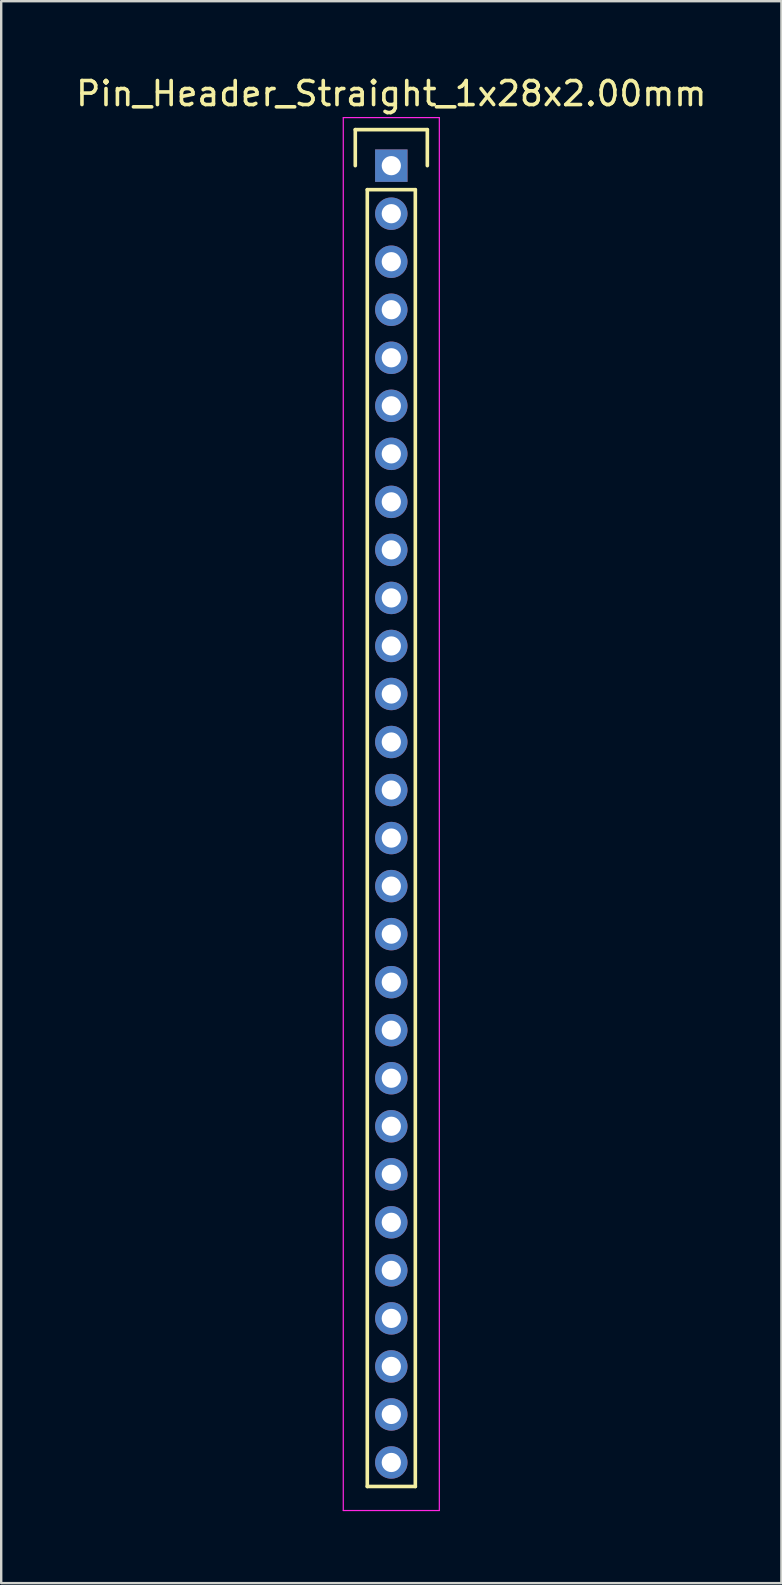
<source format=kicad_pcb>
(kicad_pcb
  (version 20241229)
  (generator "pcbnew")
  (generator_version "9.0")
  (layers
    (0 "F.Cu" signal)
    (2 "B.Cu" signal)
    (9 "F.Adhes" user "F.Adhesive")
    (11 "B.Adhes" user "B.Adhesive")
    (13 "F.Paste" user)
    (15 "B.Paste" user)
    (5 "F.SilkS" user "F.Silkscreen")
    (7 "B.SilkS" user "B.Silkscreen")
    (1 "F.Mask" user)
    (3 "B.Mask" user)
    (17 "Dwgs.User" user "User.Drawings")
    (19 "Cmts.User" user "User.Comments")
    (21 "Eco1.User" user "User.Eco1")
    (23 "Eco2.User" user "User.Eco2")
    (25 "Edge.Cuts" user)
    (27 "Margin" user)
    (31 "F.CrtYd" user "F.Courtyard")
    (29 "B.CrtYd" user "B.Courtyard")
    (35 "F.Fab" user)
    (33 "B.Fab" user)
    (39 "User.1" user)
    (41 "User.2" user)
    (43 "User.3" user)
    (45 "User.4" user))
  (footprint "Pin_Header_Straight_1x28x2.00mm"
    (layer "F.Cu")
    (at 13.244 3.848)
    (property "Reference" "Pin_Header_Straight_1x28x2.00mm" (at 0 -3 0) (layer "F.SilkS") (effects (font (size 1 1) (thickness 0.15))))
    (attr through_hole)
    (fp_line (start -1.5 -1.5) (end 1.5 -1.5) (stroke (width 0.15) (type solid)) (layer "F.SilkS"))
    (fp_line (start -1.5 0) (end -1.5 -1.5) (stroke (width 0.15) (type solid)) (layer "F.SilkS"))
    (fp_line (start -1 1) (end 1 1) (stroke (width 0.15) (type solid)) (layer "F.SilkS"))
    (fp_line (start -1 55) (end -1 1) (stroke (width 0.15) (type solid)) (layer "F.SilkS"))
    (fp_line (start 1 1) (end 1 55) (stroke (width 0.15) (type solid)) (layer "F.SilkS"))
    (fp_line (start 1 55) (end -1 55) (stroke (width 0.15) (type solid)) (layer "F.SilkS"))
    (fp_line (start 1.5 -1.5) (end 1.5 0) (stroke (width 0.15) (type solid)) (layer "F.SilkS"))
    (fp_line (start -2 -2) (end 2 -2) (stroke (width 0.05) (type solid)) (layer "F.CrtYd"))
    (fp_line (start -2 56) (end -2 -2) (stroke (width 0.05) (type solid)) (layer "F.CrtYd"))
    (fp_line (start 2 -2) (end 2 56) (stroke (width 0.05) (type solid)) (layer "F.CrtYd"))
    (fp_line (start 2 56) (end -2 56) (stroke (width 0.05) (type solid)) (layer "F.CrtYd"))
    (pad "1" thru_hole rect (at 0 0) (size 1.35 1.35) (drill 0.8) (layers "*.Cu" "*.Mask"))
    (pad "2" thru_hole circle (at 0 2) (size 1.35 1.35) (drill 0.8) (layers "*.Cu" "*.Mask"))
    (pad "3" thru_hole circle (at 0 4) (size 1.35 1.35) (drill 0.8) (layers "*.Cu" "*.Mask"))
    (pad "4" thru_hole circle (at 0 6) (size 1.35 1.35) (drill 0.8) (layers "*.Cu" "*.Mask"))
    (pad "5" thru_hole circle (at 0 8) (size 1.35 1.35) (drill 0.8) (layers "*.Cu" "*.Mask"))
    (pad "6" thru_hole circle (at 0 10) (size 1.35 1.35) (drill 0.8) (layers "*.Cu" "*.Mask"))
    (pad "7" thru_hole circle (at 0 12) (size 1.35 1.35) (drill 0.8) (layers "*.Cu" "*.Mask"))
    (pad "8" thru_hole circle (at 0 14) (size 1.35 1.35) (drill 0.8) (layers "*.Cu" "*.Mask"))
    (pad "9" thru_hole circle (at 0 16) (size 1.35 1.35) (drill 0.8) (layers "*.Cu" "*.Mask"))
    (pad "10" thru_hole circle (at 0 18) (size 1.35 1.35) (drill 0.8) (layers "*.Cu" "*.Mask"))
    (pad "11" thru_hole circle (at 0 20) (size 1.35 1.35) (drill 0.8) (layers "*.Cu" "*.Mask"))
    (pad "12" thru_hole circle (at 0 22) (size 1.35 1.35) (drill 0.8) (layers "*.Cu" "*.Mask"))
    (pad "13" thru_hole circle (at 0 24) (size 1.35 1.35) (drill 0.8) (layers "*.Cu" "*.Mask"))
    (pad "14" thru_hole circle (at 0 26) (size 1.35 1.35) (drill 0.8) (layers "*.Cu" "*.Mask"))
    (pad "15" thru_hole circle (at 0 28) (size 1.35 1.35) (drill 0.8) (layers "*.Cu" "*.Mask"))
    (pad "16" thru_hole circle (at 0 30) (size 1.35 1.35) (drill 0.8) (layers "*.Cu" "*.Mask"))
    (pad "17" thru_hole circle (at 0 32) (size 1.35 1.35) (drill 0.8) (layers "*.Cu" "*.Mask"))
    (pad "18" thru_hole circle (at 0 34) (size 1.35 1.35) (drill 0.8) (layers "*.Cu" "*.Mask"))
    (pad "19" thru_hole circle (at 0 36) (size 1.35 1.35) (drill 0.8) (layers "*.Cu" "*.Mask"))
    (pad "20" thru_hole circle (at 0 38) (size 1.35 1.35) (drill 0.8) (layers "*.Cu" "*.Mask"))
    (pad "21" thru_hole circle (at 0 40) (size 1.35 1.35) (drill 0.8) (layers "*.Cu" "*.Mask"))
    (pad "22" thru_hole circle (at 0 42) (size 1.35 1.35) (drill 0.8) (layers "*.Cu" "*.Mask"))
    (pad "23" thru_hole circle (at 0 44) (size 1.35 1.35) (drill 0.8) (layers "*.Cu" "*.Mask"))
    (pad "24" thru_hole circle (at 0 46) (size 1.35 1.35) (drill 0.8) (layers "*.Cu" "*.Mask"))
    (pad "25" thru_hole circle (at 0 48) (size 1.35 1.35) (drill 0.8) (layers "*.Cu" "*.Mask"))
    (pad "26" thru_hole circle (at 0 50) (size 1.35 1.35) (drill 0.8) (layers "*.Cu" "*.Mask"))
    (pad "27" thru_hole circle (at 0 52) (size 1.35 1.35) (drill 0.8) (layers "*.Cu" "*.Mask"))
    (pad "28" thru_hole circle (at 0 54) (size 1.35 1.35) (drill 0.8) (layers "*.Cu" "*.Mask")))
  (gr_rect
    (start -3 -3)
    (end 29.488 62.873)
    (stroke (width 0.1) (type default))
    (fill no)
    (layer "Edge.Cuts")))
</source>
